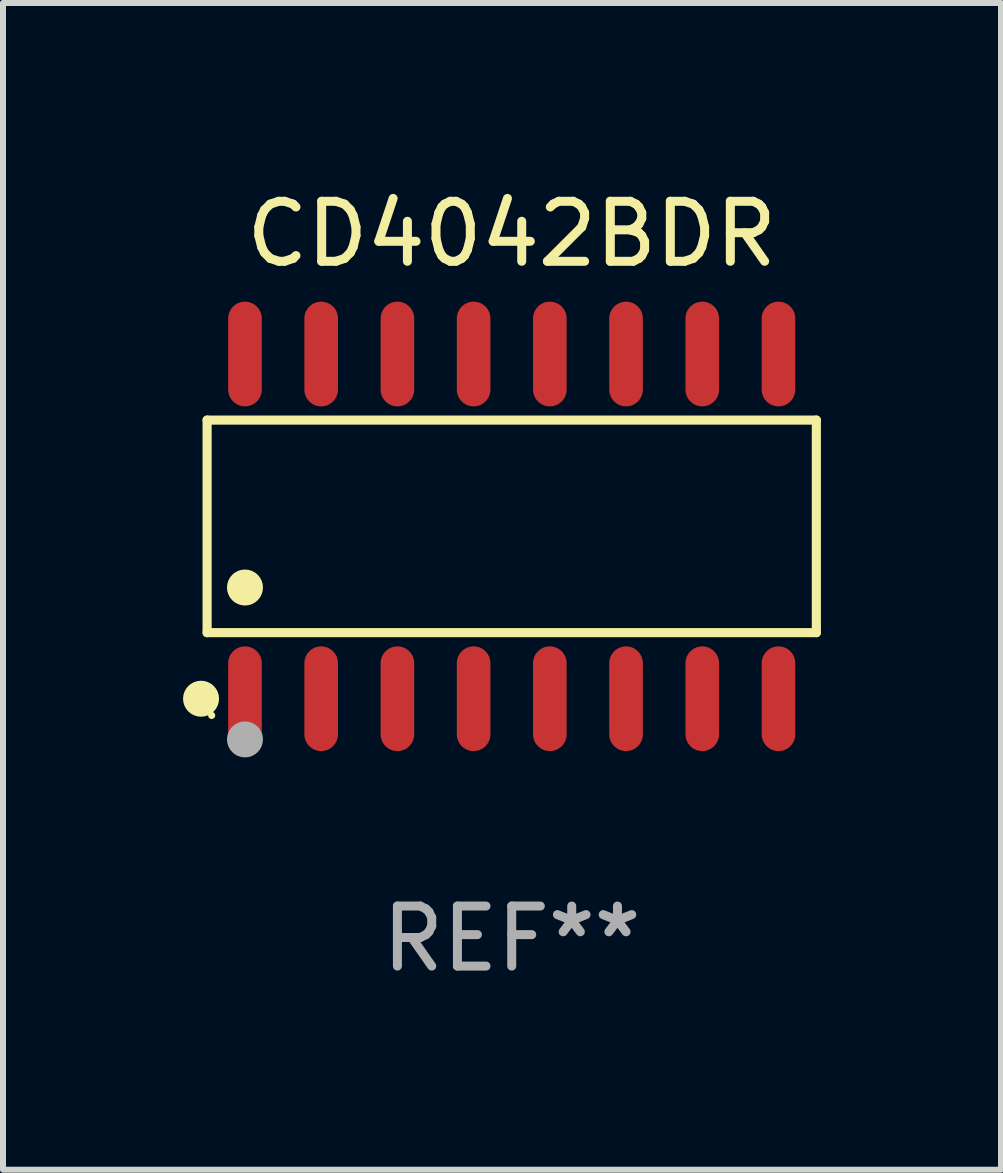
<source format=kicad_pcb>
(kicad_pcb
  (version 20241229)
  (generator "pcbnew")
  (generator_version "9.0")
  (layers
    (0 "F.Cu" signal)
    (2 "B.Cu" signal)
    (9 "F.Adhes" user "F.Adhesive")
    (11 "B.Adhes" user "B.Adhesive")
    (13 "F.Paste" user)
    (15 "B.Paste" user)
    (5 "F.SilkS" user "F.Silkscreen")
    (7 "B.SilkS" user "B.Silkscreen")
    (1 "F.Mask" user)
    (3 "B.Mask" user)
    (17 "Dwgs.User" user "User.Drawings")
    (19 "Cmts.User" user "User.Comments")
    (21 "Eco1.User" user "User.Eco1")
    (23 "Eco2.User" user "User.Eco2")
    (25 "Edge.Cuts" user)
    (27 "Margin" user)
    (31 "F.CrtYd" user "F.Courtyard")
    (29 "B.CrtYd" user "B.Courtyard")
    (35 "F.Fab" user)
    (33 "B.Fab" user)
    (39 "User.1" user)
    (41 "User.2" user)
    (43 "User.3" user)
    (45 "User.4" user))
  (footprint "CD4042BDR"
    (layer "F.Cu")
    (at 5.477 5.721)
    (property "Reference" "CD4042BDR" (at 0 -4.872 0) (layer "F.SilkS") (effects (font (size 1 1) (thickness 0.15))))
    (attr through_hole)
    (fp_line (start -5.076 -1.771) (end 5.076 -1.771) (stroke (width 0.152) (type solid)) (layer "F.SilkS"))
    (fp_line (start -5.076 1.771) (end -5.076 -1.771) (stroke (width 0.152) (type solid)) (layer "F.SilkS"))
    (fp_line (start 5.076 -1.771) (end 5.076 1.771) (stroke (width 0.152) (type solid)) (layer "F.SilkS"))
    (fp_line (start 5.076 1.771) (end -5.076 1.771) (stroke (width 0.152) (type solid)) (layer "F.SilkS"))
    (fp_circle (center -5.177 2.872) (end -5.027 2.872) (stroke (width 0.3) (type solid)) (fill no) (layer "F.SilkS"))
    (fp_circle (center -5 3.15) (end -4.97 3.15) (stroke (width 0.06) (type solid)) (fill no) (layer "F.SilkS"))
    (fp_circle (center -4.445 1.019) (end -4.295 1.019) (stroke (width 0.3) (type solid)) (fill no) (layer "F.SilkS"))
    (fp_circle (center -4.445 3.55) (end -4.295 3.55) (stroke (width 0.3) (type solid)) (fill no) (layer "F.Fab"))
    (fp_text user "REF**" (at 0 6.872 0) (layer "F.Fab") (effects (font (size 1 1) (thickness 0.15))))
    (pad "1" smd oval (at -4.445 2.872) (size 0.56 1.745) (layers "F.Cu" "F.Mask" "F.Paste"))
    (pad "2" smd oval (at -3.175 2.872) (size 0.56 1.745) (layers "F.Cu" "F.Mask" "F.Paste"))
    (pad "3" smd oval (at -1.905 2.872) (size 0.56 1.745) (layers "F.Cu" "F.Mask" "F.Paste"))
    (pad "4" smd oval (at -0.635 2.872) (size 0.56 1.745) (layers "F.Cu" "F.Mask" "F.Paste"))
    (pad "5" smd oval (at 0.635 2.872) (size 0.56 1.745) (layers "F.Cu" "F.Mask" "F.Paste"))
    (pad "6" smd oval (at 1.905 2.872) (size 0.56 1.745) (layers "F.Cu" "F.Mask" "F.Paste"))
    (pad "7" smd oval (at 3.175 2.872) (size 0.56 1.745) (layers "F.Cu" "F.Mask" "F.Paste"))
    (pad "8" smd oval (at 4.445 2.872) (size 0.56 1.745) (layers "F.Cu" "F.Mask" "F.Paste"))
    (pad "9" smd oval (at 4.445 -2.872) (size 0.56 1.745) (layers "F.Cu" "F.Mask" "F.Paste"))
    (pad "10" smd oval (at 3.175 -2.872) (size 0.56 1.745) (layers "F.Cu" "F.Mask" "F.Paste"))
    (pad "11" smd oval (at 1.905 -2.872) (size 0.56 1.745) (layers "F.Cu" "F.Mask" "F.Paste"))
    (pad "12" smd oval (at 0.635 -2.872) (size 0.56 1.745) (layers "F.Cu" "F.Mask" "F.Paste"))
    (pad "13" smd oval (at -0.635 -2.872) (size 0.56 1.745) (layers "F.Cu" "F.Mask" "F.Paste"))
    (pad "14" smd oval (at -1.905 -2.872) (size 0.56 1.745) (layers "F.Cu" "F.Mask" "F.Paste"))
    (pad "15" smd oval (at -3.175 -2.872) (size 0.56 1.745) (layers "F.Cu" "F.Mask" "F.Paste"))
    (pad "16" smd oval (at -4.445 -2.872) (size 0.56 1.745) (layers "F.Cu" "F.Mask" "F.Paste")))
  (gr_rect
    (start -3 -3)
    (end 13.63 16.441)
    (stroke (width 0.1) (type default))
    (fill no)
    (layer "Edge.Cuts")))
</source>
